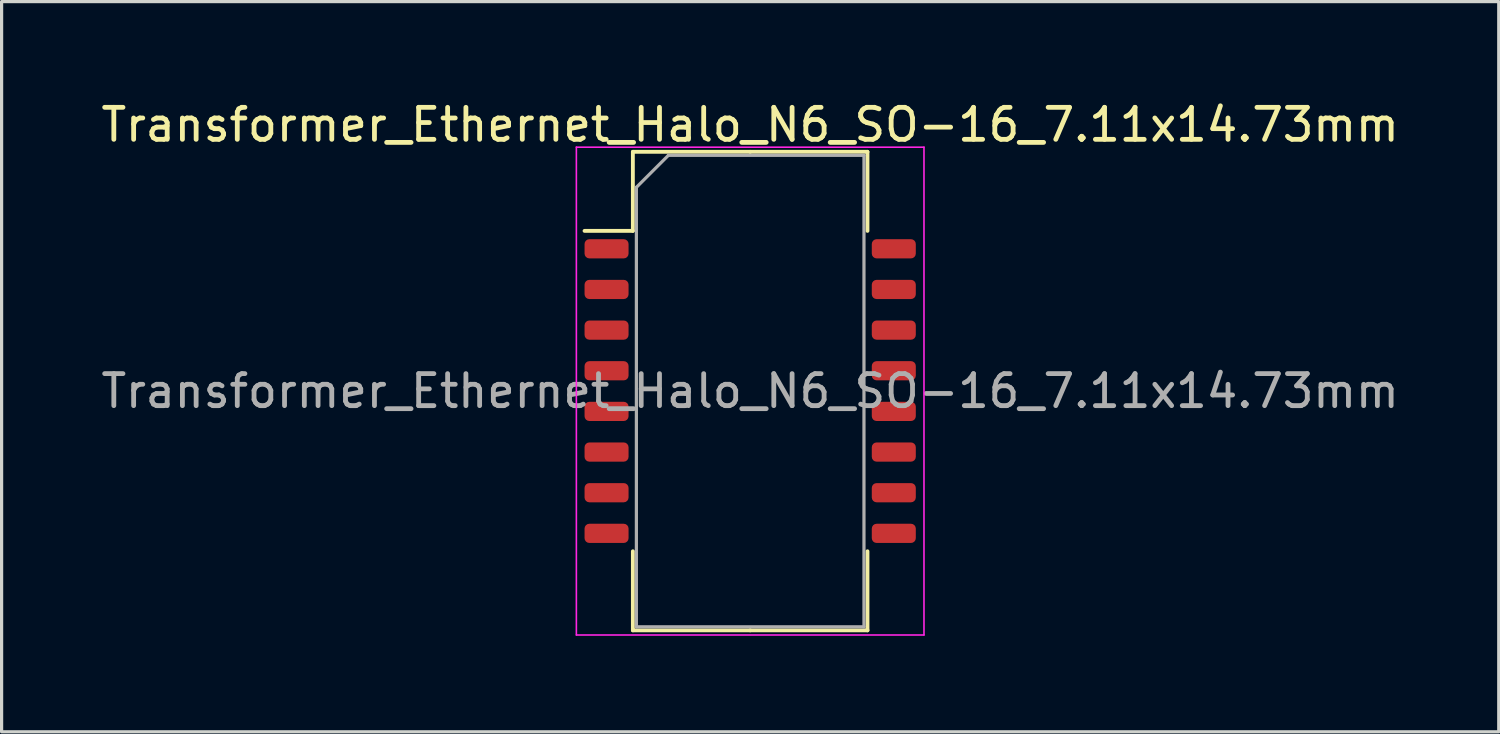
<source format=kicad_pcb>
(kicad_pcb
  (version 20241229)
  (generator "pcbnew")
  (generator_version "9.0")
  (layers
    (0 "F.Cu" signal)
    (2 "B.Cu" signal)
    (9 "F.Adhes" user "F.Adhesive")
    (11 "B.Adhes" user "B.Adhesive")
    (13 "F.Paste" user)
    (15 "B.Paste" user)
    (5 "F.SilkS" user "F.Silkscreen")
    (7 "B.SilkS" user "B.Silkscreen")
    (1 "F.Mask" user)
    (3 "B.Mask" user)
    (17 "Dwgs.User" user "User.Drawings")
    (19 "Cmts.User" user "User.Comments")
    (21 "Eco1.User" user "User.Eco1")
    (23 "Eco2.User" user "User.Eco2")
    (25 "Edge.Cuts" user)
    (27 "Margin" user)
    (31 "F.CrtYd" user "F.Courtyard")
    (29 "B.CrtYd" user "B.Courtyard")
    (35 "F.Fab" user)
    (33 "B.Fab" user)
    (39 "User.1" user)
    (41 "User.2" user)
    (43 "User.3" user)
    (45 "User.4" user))
  (footprint "Transformer_Ethernet_Halo_N6_SO-16_7.11x14.73mm"
    (layer "F.Cu")
    (at 20.387 9.168)
    (property "Reference" "Transformer_Ethernet_Halo_N6_SO-16_7.11x14.73mm" (at 0 -8.32 0) (layer "F.SilkS") (effects (font (size 1 1) (thickness 0.15))))
    (attr smd)
    (fp_line (start -3.665 -7.475) (end -3.665 -5.005) (stroke (width 0.12) (type solid)) (layer "F.SilkS"))
    (fp_line (start -3.665 -5.005) (end -5.175 -5.005) (stroke (width 0.12) (type solid)) (layer "F.SilkS"))
    (fp_line (start -3.665 7.475) (end -3.665 5.005) (stroke (width 0.12) (type solid)) (layer "F.SilkS"))
    (fp_line (start 0 -7.475) (end -3.665 -7.475) (stroke (width 0.12) (type solid)) (layer "F.SilkS"))
    (fp_line (start 0 -7.475) (end 3.665 -7.475) (stroke (width 0.12) (type solid)) (layer "F.SilkS"))
    (fp_line (start 0 7.475) (end -3.665 7.475) (stroke (width 0.12) (type solid)) (layer "F.SilkS"))
    (fp_line (start 0 7.475) (end 3.665 7.475) (stroke (width 0.12) (type solid)) (layer "F.SilkS"))
    (fp_line (start 3.665 -7.475) (end 3.665 -5.005) (stroke (width 0.12) (type solid)) (layer "F.SilkS"))
    (fp_line (start 3.665 7.475) (end 3.665 5.005) (stroke (width 0.12) (type solid)) (layer "F.SilkS"))
    (fp_line (start -5.43 -7.62) (end -5.43 7.62) (stroke (width 0.05) (type solid)) (layer "F.CrtYd"))
    (fp_line (start -5.43 7.62) (end 5.43 7.62) (stroke (width 0.05) (type solid)) (layer "F.CrtYd"))
    (fp_line (start 5.43 -7.62) (end -5.43 -7.62) (stroke (width 0.05) (type solid)) (layer "F.CrtYd"))
    (fp_line (start 5.43 7.62) (end 5.43 -7.62) (stroke (width 0.05) (type solid)) (layer "F.CrtYd"))
    (fp_line (start -3.555 -6.365) (end -2.555 -7.365) (stroke (width 0.1) (type solid)) (layer "F.Fab"))
    (fp_line (start -3.555 7.365) (end -3.555 -6.365) (stroke (width 0.1) (type solid)) (layer "F.Fab"))
    (fp_line (start -2.555 -7.365) (end 3.555 -7.365) (stroke (width 0.1) (type solid)) (layer "F.Fab"))
    (fp_line (start 3.555 -7.365) (end 3.555 7.365) (stroke (width 0.1) (type solid)) (layer "F.Fab"))
    (fp_line (start 3.555 7.365) (end -3.555 7.365) (stroke (width 0.1) (type solid)) (layer "F.Fab"))
    (fp_text user "${REFERENCE}" (at 0 0 0) (layer "F.Fab") (effects (font (size 1 1) (thickness 0.15))))
    (pad "1" smd roundrect (at -4.487 -4.445) (size 1.375 0.6) (layers "F.Cu" "F.Mask" "F.Paste") (roundrect_rratio 0.25))
    (pad "2" smd roundrect (at -4.487 -3.175) (size 1.375 0.6) (layers "F.Cu" "F.Mask" "F.Paste") (roundrect_rratio 0.25))
    (pad "3" smd roundrect (at -4.487 -1.905) (size 1.375 0.6) (layers "F.Cu" "F.Mask" "F.Paste") (roundrect_rratio 0.25))
    (pad "4" smd roundrect (at -4.487 -0.635) (size 1.375 0.6) (layers "F.Cu" "F.Mask" "F.Paste") (roundrect_rratio 0.25))
    (pad "5" smd roundrect (at -4.487 0.635) (size 1.375 0.6) (layers "F.Cu" "F.Mask" "F.Paste") (roundrect_rratio 0.25))
    (pad "6" smd roundrect (at -4.487 1.905) (size 1.375 0.6) (layers "F.Cu" "F.Mask" "F.Paste") (roundrect_rratio 0.25))
    (pad "7" smd roundrect (at -4.487 3.175) (size 1.375 0.6) (layers "F.Cu" "F.Mask" "F.Paste") (roundrect_rratio 0.25))
    (pad "8" smd roundrect (at -4.487 4.445) (size 1.375 0.6) (layers "F.Cu" "F.Mask" "F.Paste") (roundrect_rratio 0.25))
    (pad "9" smd roundrect (at 4.487 4.445) (size 1.375 0.6) (layers "F.Cu" "F.Mask" "F.Paste") (roundrect_rratio 0.25))
    (pad "10" smd roundrect (at 4.487 3.175) (size 1.375 0.6) (layers "F.Cu" "F.Mask" "F.Paste") (roundrect_rratio 0.25))
    (pad "11" smd roundrect (at 4.487 1.905) (size 1.375 0.6) (layers "F.Cu" "F.Mask" "F.Paste") (roundrect_rratio 0.25))
    (pad "12" smd roundrect (at 4.487 0.635) (size 1.375 0.6) (layers "F.Cu" "F.Mask" "F.Paste") (roundrect_rratio 0.25))
    (pad "13" smd roundrect (at 4.487 -0.635) (size 1.375 0.6) (layers "F.Cu" "F.Mask" "F.Paste") (roundrect_rratio 0.25))
    (pad "14" smd roundrect (at 4.487 -1.905) (size 1.375 0.6) (layers "F.Cu" "F.Mask" "F.Paste") (roundrect_rratio 0.25))
    (pad "15" smd roundrect (at 4.487 -3.175) (size 1.375 0.6) (layers "F.Cu" "F.Mask" "F.Paste") (roundrect_rratio 0.25))
    (pad "16" smd roundrect (at 4.487 -4.445) (size 1.375 0.6) (layers "F.Cu" "F.Mask" "F.Paste") (roundrect_rratio 0.25)))
  (gr_rect
    (start -3 -3)
    (end 43.774 19.813)
    (stroke (width 0.1) (type default))
    (fill no)
    (layer "Edge.Cuts")))
</source>
